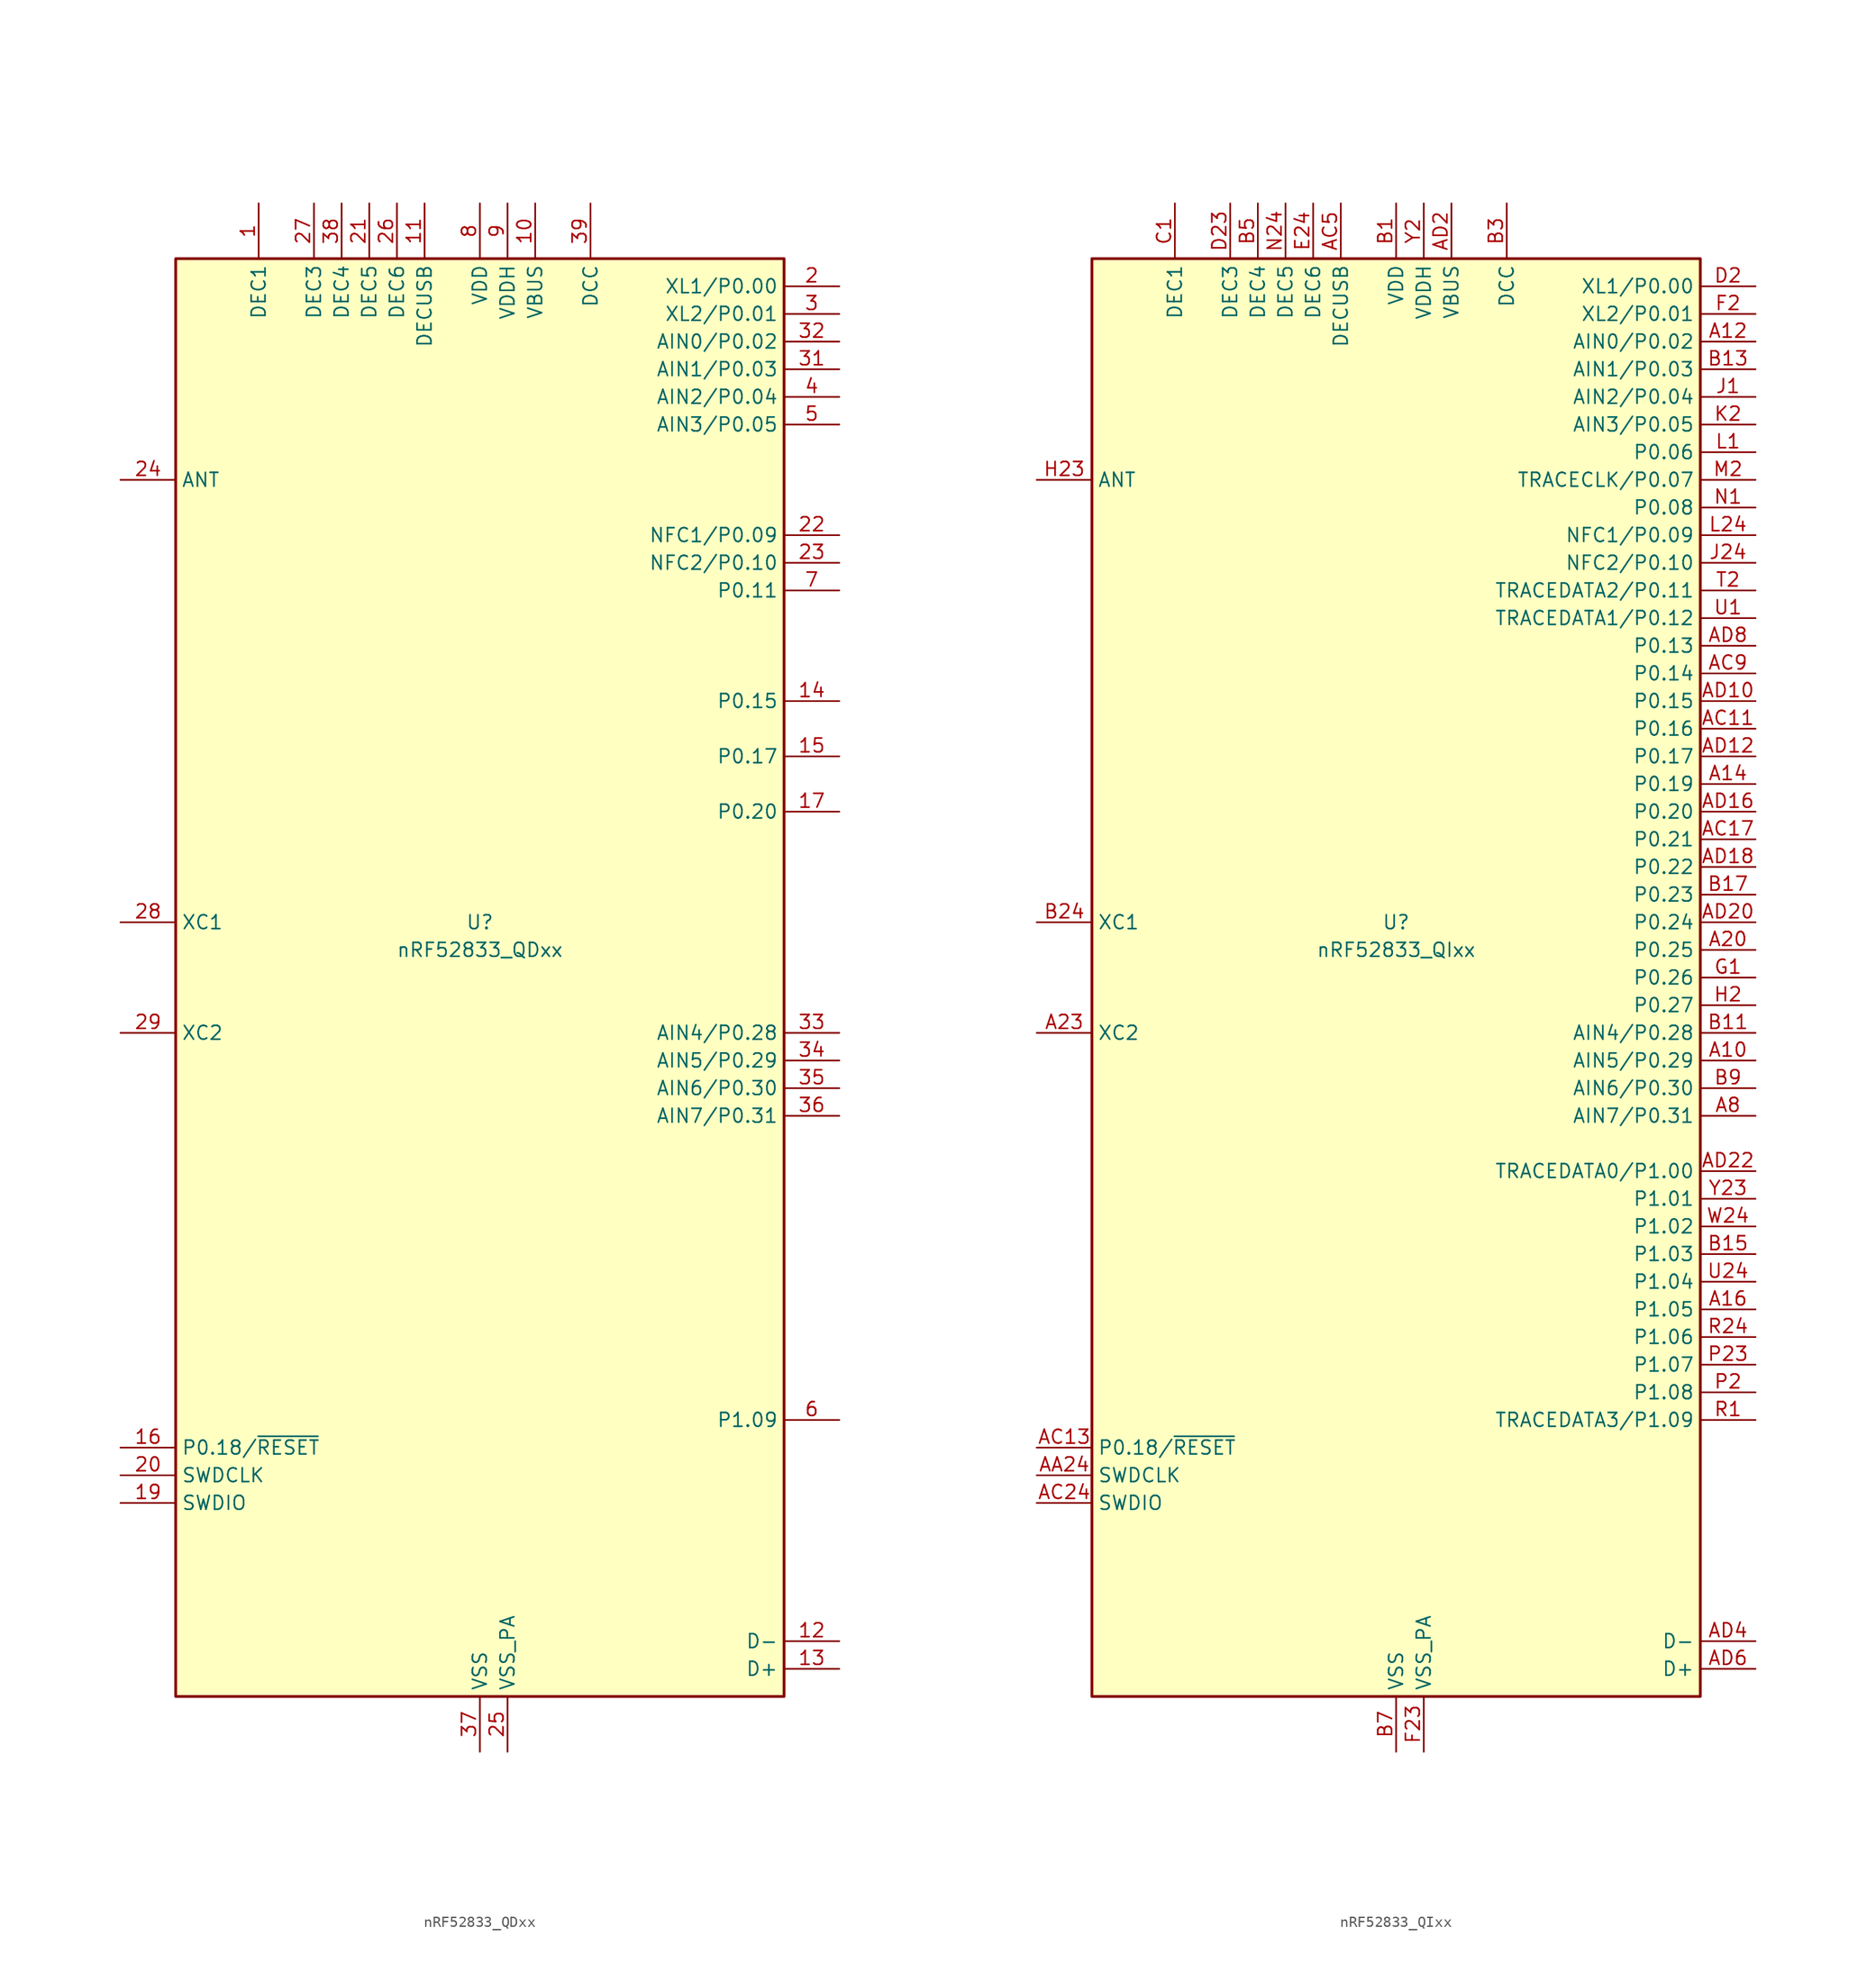
<source format=kicad_sym>
(kicad_symbol_lib
  (version 20231120)
  (generator "kicad_symbol_editor")
  (generator_version "8.0")
  (symbol "nRF52833_QDxx"
    (property "Reference" "U"
      (at 0 5.08 0)
      (effects (font (size 1.27 1.27))))
    (property "Value" "nRF52833_QDxx"
      (at 0 2.54 0)
      (effects (font (size 1.27 1.27))))
    (symbol "nRF52833_QDxx_0_1"
      (rectangle (start -27.94 66.04) (end 27.94 -66.04) (stroke (width 0.254) (type default)) (fill (type background))))
    (symbol "nRF52833_QDxx_1_1"
      (pin passive line (at -20.32 71.12 270) (length 5.08) (name "DEC1" (effects (font (size 1.27 1.27)))) (number "1" (effects (font (size 1.27 1.27)))))
      (pin power_in line (at 5.08 71.12 270) (length 5.08) (name "VBUS" (effects (font (size 1.27 1.27)))) (number "10" (effects (font (size 1.27 1.27)))))
      (pin passive line (at -5.08 71.12 270) (length 5.08) (name "DECUSB" (effects (font (size 1.27 1.27)))) (number "11" (effects (font (size 1.27 1.27)))))
      (pin bidirectional line (at 33.02 -60.96 180) (length 5.08) (name "D-" (effects (font (size 1.27 1.27)))) (number "12" (effects (font (size 1.27 1.27)))))
      (pin bidirectional line (at 33.02 -63.5 180) (length 5.08) (name "D+" (effects (font (size 1.27 1.27)))) (number "13" (effects (font (size 1.27 1.27)))))
      (pin bidirectional line (at 33.02 25.4 180) (length 5.08) (name "P0.15" (effects (font (size 1.27 1.27)))) (number "14" (effects (font (size 1.27 1.27)))))
      (pin bidirectional line (at 33.02 20.32 180) (length 5.08) (name "P0.17" (effects (font (size 1.27 1.27)))) (number "15" (effects (font (size 1.27 1.27)))))
      (pin bidirectional line (at -33.02 -43.18 0) (length 5.08) (name "P0.18/~{RESET}" (effects (font (size 1.27 1.27)))) (number "16" (effects (font (size 1.27 1.27)))))
      (pin bidirectional line (at 33.02 15.24 180) (length 5.08) (name "P0.20" (effects (font (size 1.27 1.27)))) (number "17" (effects (font (size 1.27 1.27)))))
      (pin passive line (at 0 71.12 270) (length 5.08) hide (name "VDD" (effects (font (size 1.27 1.27)))) (number "18" (effects (font (size 1.27 1.27)))))
      (pin bidirectional line (at -33.02 -48.26 0) (length 5.08) (name "SWDIO" (effects (font (size 1.27 1.27)))) (number "19" (effects (font (size 1.27 1.27)))))
      (pin bidirectional line (at 33.02 63.5 180) (length 5.08) (name "XL1/P0.00" (effects (font (size 1.27 1.27)))) (number "2" (effects (font (size 1.27 1.27)))))
      (pin input line (at -33.02 -45.72 0) (length 5.08) (name "SWDCLK" (effects (font (size 1.27 1.27)))) (number "20" (effects (font (size 1.27 1.27)))))
      (pin passive line (at -10.16 71.12 270) (length 5.08) (name "DEC5" (effects (font (size 1.27 1.27)))) (number "21" (effects (font (size 1.27 1.27)))))
      (pin bidirectional line (at 33.02 40.64 180) (length 5.08) (name "NFC1/P0.09" (effects (font (size 1.27 1.27)))) (number "22" (effects (font (size 1.27 1.27)))))
      (pin bidirectional line (at 33.02 38.1 180) (length 5.08) (name "NFC2/P0.10" (effects (font (size 1.27 1.27)))) (number "23" (effects (font (size 1.27 1.27)))))
      (pin passive line (at -33.02 45.72 0) (length 5.08) (name "ANT" (effects (font (size 1.27 1.27)))) (number "24" (effects (font (size 1.27 1.27)))))
      (pin power_in line (at 2.54 -71.12 90) (length 5.08) (name "VSS_PA" (effects (font (size 1.27 1.27)))) (number "25" (effects (font (size 1.27 1.27)))))
      (pin passive line (at -7.62 71.12 270) (length 5.08) (name "DEC6" (effects (font (size 1.27 1.27)))) (number "26" (effects (font (size 1.27 1.27)))))
      (pin passive line (at -15.24 71.12 270) (length 5.08) (name "DEC3" (effects (font (size 1.27 1.27)))) (number "27" (effects (font (size 1.27 1.27)))))
      (pin input line (at -33.02 5.08 0) (length 5.08) (name "XC1" (effects (font (size 1.27 1.27)))) (number "28" (effects (font (size 1.27 1.27)))))
      (pin input line (at -33.02 -5.08 0) (length 5.08) (name "XC2" (effects (font (size 1.27 1.27)))) (number "29" (effects (font (size 1.27 1.27)))))
      (pin bidirectional line (at 33.02 60.96 180) (length 5.08) (name "XL2/P0.01" (effects (font (size 1.27 1.27)))) (number "3" (effects (font (size 1.27 1.27)))))
      (pin passive line (at 0 71.12 270) (length 5.08) hide (name "VDD" (effects (font (size 1.27 1.27)))) (number "30" (effects (font (size 1.27 1.27)))))
      (pin bidirectional line (at 33.02 55.88 180) (length 5.08) (name "AIN1/P0.03" (effects (font (size 1.27 1.27)))) (number "31" (effects (font (size 1.27 1.27)))))
      (pin bidirectional line (at 33.02 58.42 180) (length 5.08) (name "AIN0/P0.02" (effects (font (size 1.27 1.27)))) (number "32" (effects (font (size 1.27 1.27)))))
      (pin bidirectional line (at 33.02 -5.08 180) (length 5.08) (name "AIN4/P0.28" (effects (font (size 1.27 1.27)))) (number "33" (effects (font (size 1.27 1.27)))))
      (pin bidirectional line (at 33.02 -7.62 180) (length 5.08) (name "AIN5/P0.29" (effects (font (size 1.27 1.27)))) (number "34" (effects (font (size 1.27 1.27)))))
      (pin bidirectional line (at 33.02 -10.16 180) (length 5.08) (name "AIN6/P0.30" (effects (font (size 1.27 1.27)))) (number "35" (effects (font (size 1.27 1.27)))))
      (pin bidirectional line (at 33.02 -12.7 180) (length 5.08) (name "AIN7/P0.31" (effects (font (size 1.27 1.27)))) (number "36" (effects (font (size 1.27 1.27)))))
      (pin power_in line (at 0 -71.12 90) (length 5.08) (name "VSS" (effects (font (size 1.27 1.27)))) (number "37" (effects (font (size 1.27 1.27)))))
      (pin passive line (at -12.7 71.12 270) (length 5.08) (name "DEC4" (effects (font (size 1.27 1.27)))) (number "38" (effects (font (size 1.27 1.27)))))
      (pin power_out line (at 10.16 71.12 270) (length 5.08) (name "DCC" (effects (font (size 1.27 1.27)))) (number "39" (effects (font (size 1.27 1.27)))))
      (pin bidirectional line (at 33.02 53.34 180) (length 5.08) (name "AIN2/P0.04" (effects (font (size 1.27 1.27)))) (number "4" (effects (font (size 1.27 1.27)))))
      (pin passive line (at 0 71.12 270) (length 5.08) hide (name "VDD" (effects (font (size 1.27 1.27)))) (number "40" (effects (font (size 1.27 1.27)))))
      (pin passive line (at 0 -71.12 90) (length 5.08) hide (name "VSS" (effects (font (size 1.27 1.27)))) (number "41" (effects (font (size 1.27 1.27)))))
      (pin bidirectional line (at 33.02 50.8 180) (length 5.08) (name "AIN3/P0.05" (effects (font (size 1.27 1.27)))) (number "5" (effects (font (size 1.27 1.27)))))
      (pin bidirectional line (at 33.02 -40.64 180) (length 5.08) (name "P1.09" (effects (font (size 1.27 1.27)))) (number "6" (effects (font (size 1.27 1.27)))))
      (pin bidirectional line (at 33.02 35.56 180) (length 5.08) (name "P0.11" (effects (font (size 1.27 1.27)))) (number "7" (effects (font (size 1.27 1.27)))))
      (pin power_in line (at 0 71.12 270) (length 5.08) (name "VDD" (effects (font (size 1.27 1.27)))) (number "8" (effects (font (size 1.27 1.27)))))
      (pin power_in line (at 2.54 71.12 270) (length 5.08) (name "VDDH" (effects (font (size 1.27 1.27)))) (number "9" (effects (font (size 1.27 1.27)))))))
  (symbol "nRF52833_QIxx"
    (property "Reference" "U"
      (at 0 5.08 0)
      (effects (font (size 1.27 1.27))))
    (property "Value" "nRF52833_QIxx"
      (at 0 2.54 0)
      (effects (font (size 1.27 1.27))))
    (symbol "nRF52833_QIxx_0_1"
      (rectangle (start -27.94 66.04) (end 27.94 -66.04) (stroke (width 0.254) (type default)) (fill (type background))))
    (symbol "nRF52833_QIxx_1_1"
      (pin bidirectional line (at 33.02 -7.62 180) (length 5.08) (name "AIN5/P0.29" (effects (font (size 1.27 1.27)))) (number "A10" (effects (font (size 1.27 1.27)))))
      (pin bidirectional line (at 33.02 58.42 180) (length 5.08) (name "AIN0/P0.02" (effects (font (size 1.27 1.27)))) (number "A12" (effects (font (size 1.27 1.27)))))
      (pin bidirectional line (at 33.02 17.78 180) (length 5.08) (name "P0.19" (effects (font (size 1.27 1.27)))) (number "A14" (effects (font (size 1.27 1.27)))))
      (pin bidirectional line (at 33.02 -30.48 180) (length 5.08) (name "P1.05" (effects (font (size 1.27 1.27)))) (number "A16" (effects (font (size 1.27 1.27)))))
      (pin no_connect line (at -17.78 66.04 270) (length 5.08) hide (name "NC" (effects (font (size 1.27 1.27)))) (number "A18" (effects (font (size 1.27 1.27)))))
      (pin bidirectional line (at 33.02 2.54 180) (length 5.08) (name "P0.25" (effects (font (size 1.27 1.27)))) (number "A20" (effects (font (size 1.27 1.27)))))
      (pin passive line (at 0 71.12 270) (length 5.08) hide (name "VDD" (effects (font (size 1.27 1.27)))) (number "A22" (effects (font (size 1.27 1.27)))))
      (pin input line (at -33.02 -5.08 0) (length 5.08) (name "XC2" (effects (font (size 1.27 1.27)))) (number "A23" (effects (font (size 1.27 1.27)))))
      (pin bidirectional line (at 33.02 -12.7 180) (length 5.08) (name "AIN7/P0.31" (effects (font (size 1.27 1.27)))) (number "A8" (effects (font (size 1.27 1.27)))))
      (pin input line (at -33.02 -45.72 0) (length 5.08) (name "SWDCLK" (effects (font (size 1.27 1.27)))) (number "AA24" (effects (font (size 1.27 1.27)))))
      (pin no_connect line (at 12.7 66.04 270) (length 5.08) hide (name "NC" (effects (font (size 1.27 1.27)))) (number "AB2" (effects (font (size 1.27 1.27)))))
      (pin bidirectional line (at 33.02 22.86 180) (length 5.08) (name "P0.16" (effects (font (size 1.27 1.27)))) (number "AC11" (effects (font (size 1.27 1.27)))))
      (pin bidirectional line (at -33.02 -43.18 0) (length 5.08) (name "P0.18/~{RESET}" (effects (font (size 1.27 1.27)))) (number "AC13" (effects (font (size 1.27 1.27)))))
      (pin no_connect line (at 27.94 -55.88 180) (length 5.08) hide (name "NC" (effects (font (size 1.27 1.27)))) (number "AC15" (effects (font (size 1.27 1.27)))))
      (pin bidirectional line (at 33.02 12.7 180) (length 5.08) (name "P0.21" (effects (font (size 1.27 1.27)))) (number "AC17" (effects (font (size 1.27 1.27)))))
      (pin no_connect line (at 27.94 -48.26 180) (length 5.08) hide (name "NC" (effects (font (size 1.27 1.27)))) (number "AC19" (effects (font (size 1.27 1.27)))))
      (pin no_connect line (at 27.94 -43.18 180) (length 5.08) hide (name "NC" (effects (font (size 1.27 1.27)))) (number "AC21" (effects (font (size 1.27 1.27)))))
      (pin bidirectional line (at -33.02 -48.26 0) (length 5.08) (name "SWDIO" (effects (font (size 1.27 1.27)))) (number "AC24" (effects (font (size 1.27 1.27)))))
      (pin passive line (at -5.08 71.12 270) (length 5.08) (name "DECUSB" (effects (font (size 1.27 1.27)))) (number "AC5" (effects (font (size 1.27 1.27)))))
      (pin bidirectional line (at 33.02 27.94 180) (length 5.08) (name "P0.14" (effects (font (size 1.27 1.27)))) (number "AC9" (effects (font (size 1.27 1.27)))))
      (pin bidirectional line (at 33.02 25.4 180) (length 5.08) (name "P0.15" (effects (font (size 1.27 1.27)))) (number "AD10" (effects (font (size 1.27 1.27)))))
      (pin bidirectional line (at 33.02 20.32 180) (length 5.08) (name "P0.17" (effects (font (size 1.27 1.27)))) (number "AD12" (effects (font (size 1.27 1.27)))))
      (pin passive line (at 0 71.12 270) (length 5.08) hide (name "VDD" (effects (font (size 1.27 1.27)))) (number "AD14" (effects (font (size 1.27 1.27)))))
      (pin bidirectional line (at 33.02 15.24 180) (length 5.08) (name "P0.20" (effects (font (size 1.27 1.27)))) (number "AD16" (effects (font (size 1.27 1.27)))))
      (pin bidirectional line (at 33.02 10.16 180) (length 5.08) (name "P0.22" (effects (font (size 1.27 1.27)))) (number "AD18" (effects (font (size 1.27 1.27)))))
      (pin power_in line (at 5.08 71.12 270) (length 5.08) (name "VBUS" (effects (font (size 1.27 1.27)))) (number "AD2" (effects (font (size 1.27 1.27)))))
      (pin bidirectional line (at 33.02 5.08 180) (length 5.08) (name "P0.24" (effects (font (size 1.27 1.27)))) (number "AD20" (effects (font (size 1.27 1.27)))))
      (pin bidirectional line (at 33.02 -17.78 180) (length 5.08) (name "TRACEDATA0/P1.00" (effects (font (size 1.27 1.27)))) (number "AD22" (effects (font (size 1.27 1.27)))))
      (pin passive line (at 0 71.12 270) (length 5.08) hide (name "VDD" (effects (font (size 1.27 1.27)))) (number "AD23" (effects (font (size 1.27 1.27)))))
      (pin bidirectional line (at 33.02 -60.96 180) (length 5.08) (name "D-" (effects (font (size 1.27 1.27)))) (number "AD4" (effects (font (size 1.27 1.27)))))
      (pin bidirectional line (at 33.02 -63.5 180) (length 5.08) (name "D+" (effects (font (size 1.27 1.27)))) (number "AD6" (effects (font (size 1.27 1.27)))))
      (pin bidirectional line (at 33.02 30.48 180) (length 5.08) (name "P0.13" (effects (font (size 1.27 1.27)))) (number "AD8" (effects (font (size 1.27 1.27)))))
      (pin power_in line (at 0 71.12 270) (length 5.08) (name "VDD" (effects (font (size 1.27 1.27)))) (number "B1" (effects (font (size 1.27 1.27)))))
      (pin bidirectional line (at 33.02 -5.08 180) (length 5.08) (name "AIN4/P0.28" (effects (font (size 1.27 1.27)))) (number "B11" (effects (font (size 1.27 1.27)))))
      (pin bidirectional line (at 33.02 55.88 180) (length 5.08) (name "AIN1/P0.03" (effects (font (size 1.27 1.27)))) (number "B13" (effects (font (size 1.27 1.27)))))
      (pin bidirectional line (at 33.02 -25.4 180) (length 5.08) (name "P1.03" (effects (font (size 1.27 1.27)))) (number "B15" (effects (font (size 1.27 1.27)))))
      (pin bidirectional line (at 33.02 7.62 180) (length 5.08) (name "P0.23" (effects (font (size 1.27 1.27)))) (number "B17" (effects (font (size 1.27 1.27)))))
      (pin no_connect line (at 27.94 -45.72 180) (length 5.08) hide (name "NC" (effects (font (size 1.27 1.27)))) (number "B19" (effects (font (size 1.27 1.27)))))
      (pin input line (at -33.02 5.08 0) (length 5.08) (name "XC1" (effects (font (size 1.27 1.27)))) (number "B24" (effects (font (size 1.27 1.27)))))
      (pin power_out line (at 10.16 71.12 270) (length 5.08) (name "DCC" (effects (font (size 1.27 1.27)))) (number "B3" (effects (font (size 1.27 1.27)))))
      (pin passive line (at -12.7 71.12 270) (length 5.08) (name "DEC4" (effects (font (size 1.27 1.27)))) (number "B5" (effects (font (size 1.27 1.27)))))
      (pin power_in line (at 0 -71.12 90) (length 5.08) (name "VSS" (effects (font (size 1.27 1.27)))) (number "B7" (effects (font (size 1.27 1.27)))))
      (pin bidirectional line (at 33.02 -10.16 180) (length 5.08) (name "AIN6/P0.30" (effects (font (size 1.27 1.27)))) (number "B9" (effects (font (size 1.27 1.27)))))
      (pin passive line (at -20.32 71.12 270) (length 5.08) (name "DEC1" (effects (font (size 1.27 1.27)))) (number "C1" (effects (font (size 1.27 1.27)))))
      (pin bidirectional line (at 33.02 63.5 180) (length 5.08) (name "XL1/P0.00" (effects (font (size 1.27 1.27)))) (number "D2" (effects (font (size 1.27 1.27)))))
      (pin passive line (at -15.24 71.12 270) (length 5.08) (name "DEC3" (effects (font (size 1.27 1.27)))) (number "D23" (effects (font (size 1.27 1.27)))))
      (pin passive line (at -7.62 71.12 270) (length 5.08) (name "DEC6" (effects (font (size 1.27 1.27)))) (number "E24" (effects (font (size 1.27 1.27)))))
      (pin passive line (at 0 -71.12 90) (length 5.08) hide (name "VSS" (effects (font (size 1.27 1.27)))) (number "EP" (effects (font (size 1.27 1.27)))))
      (pin bidirectional line (at 33.02 60.96 180) (length 5.08) (name "XL2/P0.01" (effects (font (size 1.27 1.27)))) (number "F2" (effects (font (size 1.27 1.27)))))
      (pin power_in line (at 2.54 -71.12 90) (length 5.08) (name "VSS_PA" (effects (font (size 1.27 1.27)))) (number "F23" (effects (font (size 1.27 1.27)))))
      (pin bidirectional line (at 33.02 0 180) (length 5.08) (name "P0.26" (effects (font (size 1.27 1.27)))) (number "G1" (effects (font (size 1.27 1.27)))))
      (pin bidirectional line (at 33.02 -2.54 180) (length 5.08) (name "P0.27" (effects (font (size 1.27 1.27)))) (number "H2" (effects (font (size 1.27 1.27)))))
      (pin passive line (at -33.02 45.72 0) (length 5.08) (name "ANT" (effects (font (size 1.27 1.27)))) (number "H23" (effects (font (size 1.27 1.27)))))
      (pin bidirectional line (at 33.02 53.34 180) (length 5.08) (name "AIN2/P0.04" (effects (font (size 1.27 1.27)))) (number "J1" (effects (font (size 1.27 1.27)))))
      (pin bidirectional line (at 33.02 38.1 180) (length 5.08) (name "NFC2/P0.10" (effects (font (size 1.27 1.27)))) (number "J24" (effects (font (size 1.27 1.27)))))
      (pin bidirectional line (at 33.02 50.8 180) (length 5.08) (name "AIN3/P0.05" (effects (font (size 1.27 1.27)))) (number "K2" (effects (font (size 1.27 1.27)))))
      (pin bidirectional line (at 33.02 48.26 180) (length 5.08) (name "P0.06" (effects (font (size 1.27 1.27)))) (number "L1" (effects (font (size 1.27 1.27)))))
      (pin bidirectional line (at 33.02 40.64 180) (length 5.08) (name "NFC1/P0.09" (effects (font (size 1.27 1.27)))) (number "L24" (effects (font (size 1.27 1.27)))))
      (pin bidirectional line (at 33.02 45.72 180) (length 5.08) (name "TRACECLK/P0.07" (effects (font (size 1.27 1.27)))) (number "M2" (effects (font (size 1.27 1.27)))))
      (pin bidirectional line (at 33.02 43.18 180) (length 5.08) (name "P0.08" (effects (font (size 1.27 1.27)))) (number "N1" (effects (font (size 1.27 1.27)))))
      (pin passive line (at -10.16 71.12 270) (length 5.08) (name "DEC5" (effects (font (size 1.27 1.27)))) (number "N24" (effects (font (size 1.27 1.27)))))
      (pin bidirectional line (at 33.02 -38.1 180) (length 5.08) (name "P1.08" (effects (font (size 1.27 1.27)))) (number "P2" (effects (font (size 1.27 1.27)))))
      (pin bidirectional line (at 33.02 -35.56 180) (length 5.08) (name "P1.07" (effects (font (size 1.27 1.27)))) (number "P23" (effects (font (size 1.27 1.27)))))
      (pin bidirectional line (at 33.02 -40.64 180) (length 5.08) (name "TRACEDATA3/P1.09" (effects (font (size 1.27 1.27)))) (number "R1" (effects (font (size 1.27 1.27)))))
      (pin bidirectional line (at 33.02 -33.02 180) (length 5.08) (name "P1.06" (effects (font (size 1.27 1.27)))) (number "R24" (effects (font (size 1.27 1.27)))))
      (pin bidirectional line (at 33.02 35.56 180) (length 5.08) (name "TRACEDATA2/P0.11" (effects (font (size 1.27 1.27)))) (number "T2" (effects (font (size 1.27 1.27)))))
      (pin no_connect line (at 27.94 -50.8 180) (length 5.08) hide (name "NC" (effects (font (size 1.27 1.27)))) (number "T23" (effects (font (size 1.27 1.27)))))
      (pin bidirectional line (at 33.02 33.02 180) (length 5.08) (name "TRACEDATA1/P0.12" (effects (font (size 1.27 1.27)))) (number "U1" (effects (font (size 1.27 1.27)))))
      (pin bidirectional line (at 33.02 -27.94 180) (length 5.08) (name "P1.04" (effects (font (size 1.27 1.27)))) (number "U24" (effects (font (size 1.27 1.27)))))
      (pin no_connect line (at 27.94 -53.34 180) (length 5.08) hide (name "NC" (effects (font (size 1.27 1.27)))) (number "V23" (effects (font (size 1.27 1.27)))))
      (pin passive line (at 0 71.12 270) (length 5.08) hide (name "VDD" (effects (font (size 1.27 1.27)))) (number "W1" (effects (font (size 1.27 1.27)))))
      (pin bidirectional line (at 33.02 -22.86 180) (length 5.08) (name "P1.02" (effects (font (size 1.27 1.27)))) (number "W24" (effects (font (size 1.27 1.27)))))
      (pin power_in line (at 2.54 71.12 270) (length 5.08) (name "VDDH" (effects (font (size 1.27 1.27)))) (number "Y2" (effects (font (size 1.27 1.27)))))
      (pin bidirectional line (at 33.02 -20.32 180) (length 5.08) (name "P1.01" (effects (font (size 1.27 1.27)))) (number "Y23" (effects (font (size 1.27 1.27))))))))
</source>
